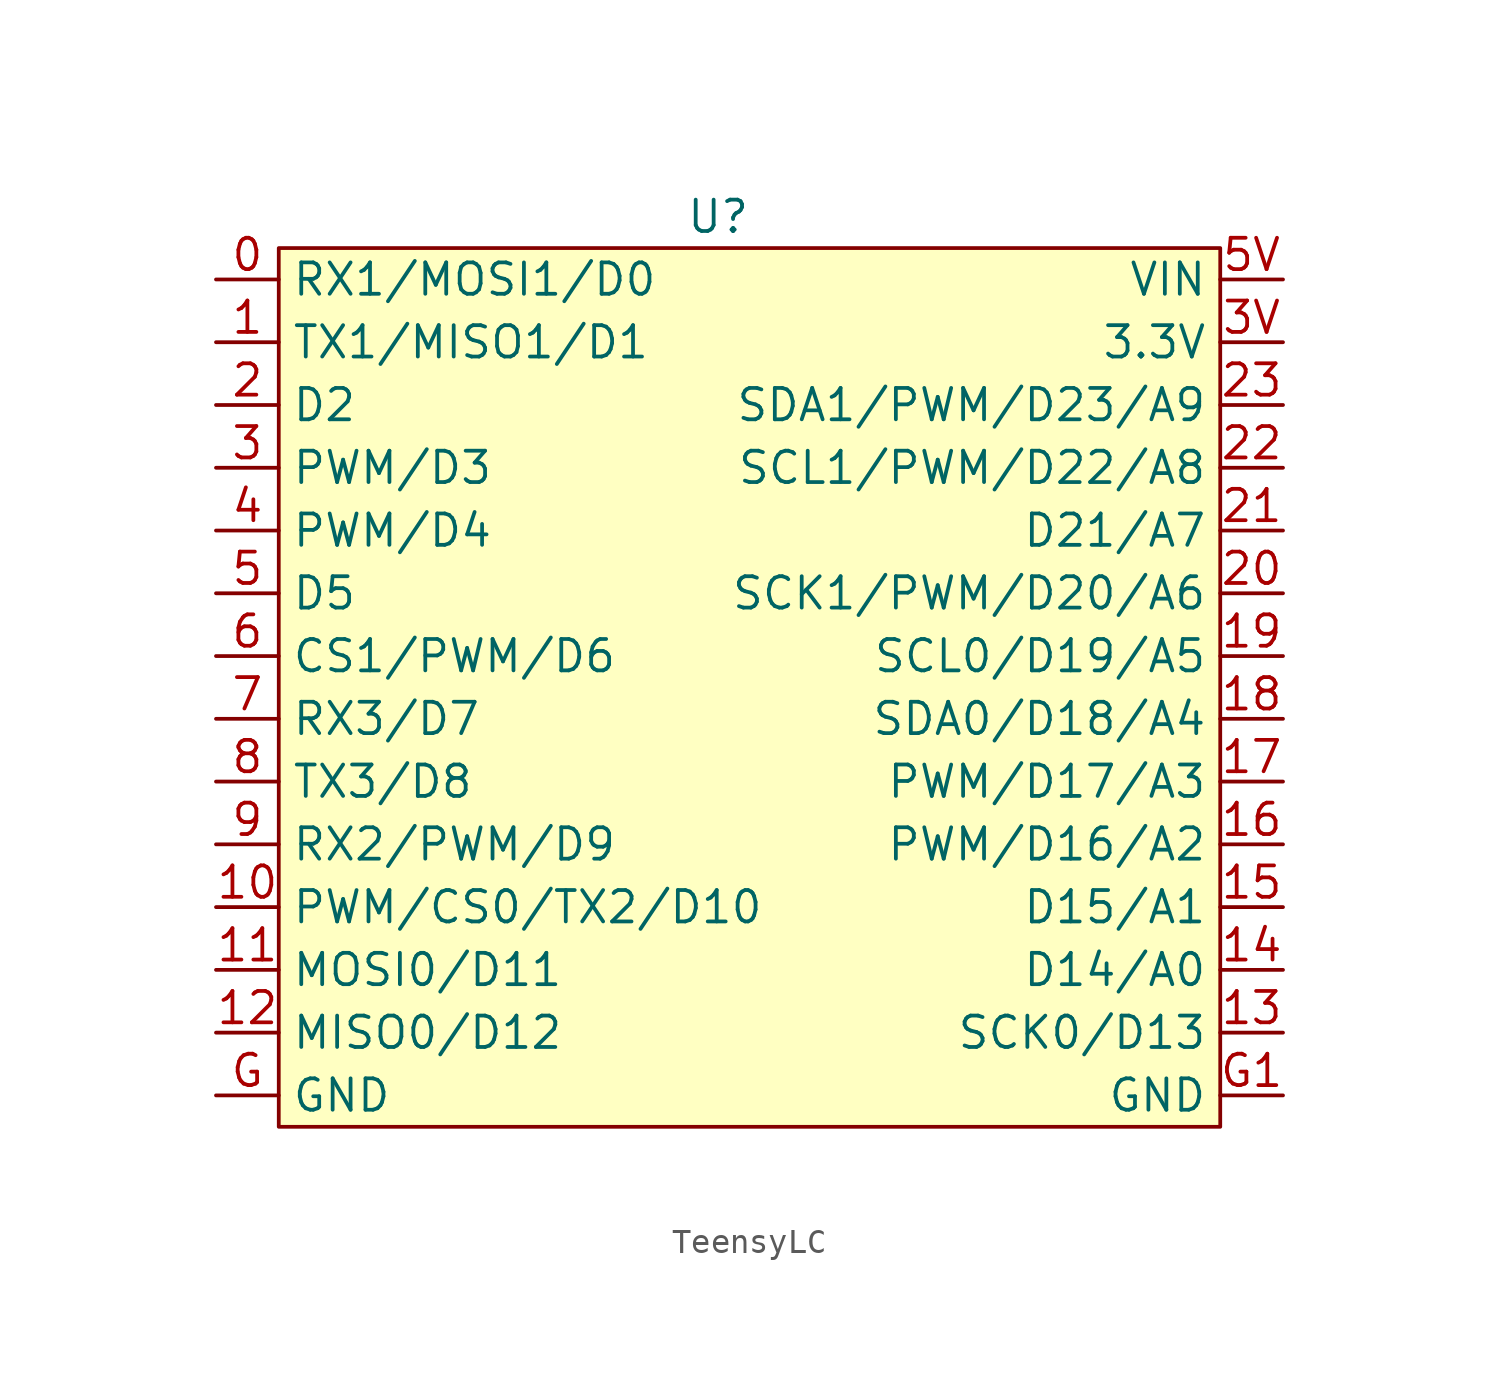
<source format=kicad_sym>
(kicad_symbol_lib
  (version 20220914)
  (generator kicad_symbol_editor)
  (symbol "TeensyLC"
    (property "Reference" "U"
      (at 0 10.16 0)
      (effects (font (size 1.27 1.27))))
    (property "Value" ""
      (at -11.43 3.81 0)
      (effects (font (size 1.27 1.27))))
    (symbol "TeensyLC_1_1"
      (rectangle (start -17.78 8.89) (end 20.32 -26.67) (stroke (width 0) (type default)) (fill (type background)))
      (pin input line (at -20.32 7.62 0) (length 2.54) (name "RX1/MOSI1/D0" (effects (font (size 1.27 1.27)))) (number "0" (effects (font (size 1.27 1.27)))))
      (pin input line (at -20.32 5.08 0) (length 2.54) (name "TX1/MISO1/D1" (effects (font (size 1.27 1.27)))) (number "1" (effects (font (size 1.27 1.27)))))
      (pin input line (at -20.32 -17.78 0) (length 2.54) (name "PWM/CS0/TX2/D10" (effects (font (size 1.27 1.27)))) (number "10" (effects (font (size 1.27 1.27)))))
      (pin input line (at -20.32 -20.32 0) (length 2.54) (name "MOSI0/D11" (effects (font (size 1.27 1.27)))) (number "11" (effects (font (size 1.27 1.27)))))
      (pin input line (at -20.32 -22.86 0) (length 2.54) (name "MISO0/D12" (effects (font (size 1.27 1.27)))) (number "12" (effects (font (size 1.27 1.27)))))
      (pin input line (at 22.86 -22.86 180) (length 2.54) (name "SCK0/D13" (effects (font (size 1.27 1.27)))) (number "13" (effects (font (size 1.27 1.27)))))
      (pin input line (at 22.86 -20.32 180) (length 2.54) (name "D14/A0" (effects (font (size 1.27 1.27)))) (number "14" (effects (font (size 1.27 1.27)))))
      (pin input line (at 22.86 -17.78 180) (length 2.54) (name "D15/A1" (effects (font (size 1.27 1.27)))) (number "15" (effects (font (size 1.27 1.27)))))
      (pin input line (at 22.86 -15.24 180) (length 2.54) (name "PWM/D16/A2" (effects (font (size 1.27 1.27)))) (number "16" (effects (font (size 1.27 1.27)))))
      (pin input line (at 22.86 -12.7 180) (length 2.54) (name "PWM/D17/A3" (effects (font (size 1.27 1.27)))) (number "17" (effects (font (size 1.27 1.27)))))
      (pin input line (at 22.86 -10.16 180) (length 2.54) (name "SDA0/D18/A4" (effects (font (size 1.27 1.27)))) (number "18" (effects (font (size 1.27 1.27)))))
      (pin input line (at 22.86 -7.62 180) (length 2.54) (name "SCL0/D19/A5" (effects (font (size 1.27 1.27)))) (number "19" (effects (font (size 1.27 1.27)))))
      (pin input line (at -20.32 2.54 0) (length 2.54) (name "D2" (effects (font (size 1.27 1.27)))) (number "2" (effects (font (size 1.27 1.27)))))
      (pin input line (at 22.86 -5.08 180) (length 2.54) (name "SCK1/PWM/D20/A6" (effects (font (size 1.27 1.27)))) (number "20" (effects (font (size 1.27 1.27)))))
      (pin input line (at 22.86 -2.54 180) (length 2.54) (name "D21/A7" (effects (font (size 1.27 1.27)))) (number "21" (effects (font (size 1.27 1.27)))))
      (pin input line (at 22.86 0 180) (length 2.54) (name "SCL1/PWM/D22/A8" (effects (font (size 1.27 1.27)))) (number "22" (effects (font (size 1.27 1.27)))))
      (pin input line (at 22.86 2.54 180) (length 2.54) (name "SDA1/PWM/D23/A9" (effects (font (size 1.27 1.27)))) (number "23" (effects (font (size 1.27 1.27)))))
      (pin input line (at -20.32 0 0) (length 2.54) (name "PWM/D3" (effects (font (size 1.27 1.27)))) (number "3" (effects (font (size 1.27 1.27)))))
      (pin input line (at 22.86 5.08 180) (length 2.54) (name "3.3V" (effects (font (size 1.27 1.27)))) (number "3V" (effects (font (size 1.27 1.27)))))
      (pin input line (at -20.32 -2.54 0) (length 2.54) (name "PWM/D4" (effects (font (size 1.27 1.27)))) (number "4" (effects (font (size 1.27 1.27)))))
      (pin input line (at -20.32 -5.08 0) (length 2.54) (name "D5" (effects (font (size 1.27 1.27)))) (number "5" (effects (font (size 1.27 1.27)))))
      (pin input line (at 22.86 7.62 180) (length 2.54) (name "VIN" (effects (font (size 1.27 1.27)))) (number "5V" (effects (font (size 1.27 1.27)))))
      (pin input line (at -20.32 -7.62 0) (length 2.54) (name "CS1/PWM/D6" (effects (font (size 1.27 1.27)))) (number "6" (effects (font (size 1.27 1.27)))))
      (pin input line (at -20.32 -10.16 0) (length 2.54) (name "RX3/D7" (effects (font (size 1.27 1.27)))) (number "7" (effects (font (size 1.27 1.27)))))
      (pin input line (at -20.32 -12.7 0) (length 2.54) (name "TX3/D8" (effects (font (size 1.27 1.27)))) (number "8" (effects (font (size 1.27 1.27)))))
      (pin input line (at -20.32 -15.24 0) (length 2.54) (name "RX2/PWM/D9" (effects (font (size 1.27 1.27)))) (number "9" (effects (font (size 1.27 1.27)))))
      (pin input line (at -20.32 -25.4 0) (length 2.54) (name "GND" (effects (font (size 1.27 1.27)))) (number "G" (effects (font (size 1.27 1.27)))))
      (pin input line (at 22.86 -25.4 180) (length 2.54) (name "GND" (effects (font (size 1.27 1.27)))) (number "G1" (effects (font (size 1.27 1.27))))))))
</source>
